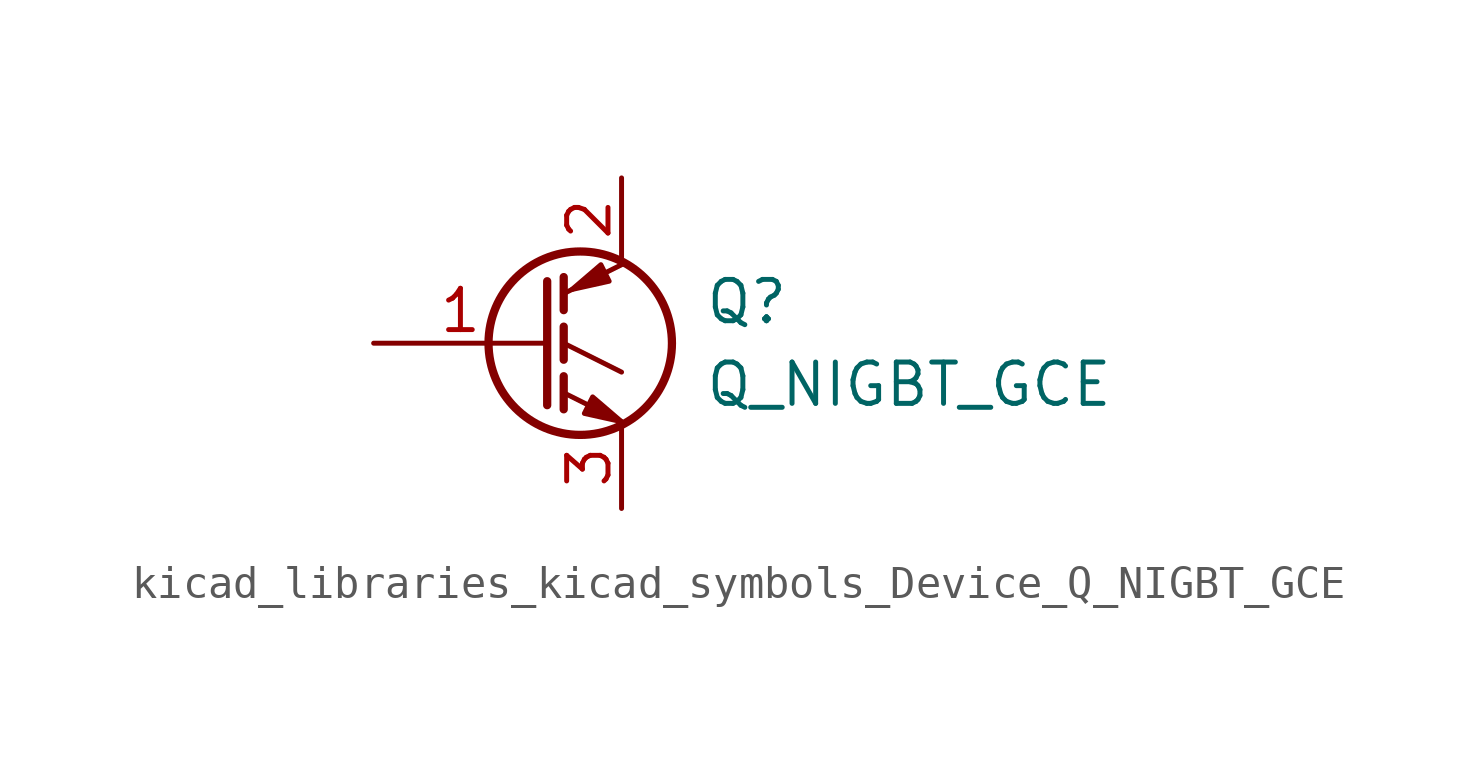
<source format=kicad_sym>
(kicad_symbol_lib
  (version 20220914)
  (generator kicad_symbol_editor)
  (symbol "kicad_libraries_kicad_symbols_Device_Q_NIGBT_GCE"
    (pin_names
      (offset 0) hide)
    (property "Reference" "Q"
      (at 5.08 1.27 0)
      (effects (font (size 1.27 1.27)) (justify left)))
    (property "Value" "Q_NIGBT_GCE"
      (at 5.08 -1.27 0)
      (effects (font (size 1.27 1.27)) (justify left)))
    (symbol "kicad_libraries_kicad_symbols_Device_Q_NIGBT_GCE_0_1"
      (polyline (pts (xy 0.762 -1.016) (xy 0.762 -2.032)) (stroke (width 0.254) (type default)) (fill (type none)))
      (polyline (pts (xy 0.762 0.508) (xy 0.762 -0.508)) (stroke (width 0.254) (type default)) (fill (type none)))
      (polyline (pts (xy 0.762 2.032) (xy 0.762 1.016)) (stroke (width 0.254) (type default)) (fill (type none)))
      (polyline (pts (xy 2.54 -2.413) (xy 0.762 -1.524)) (stroke (width 0) (type default)) (fill (type none)))
      (polyline (pts (xy 2.54 -0.889) (xy 0.762 0)) (stroke (width 0) (type default)) (fill (type none)))
      (polyline (pts (xy 2.54 2.413) (xy 0.762 1.524)) (stroke (width 0) (type default)) (fill (type none)))
      (polyline (pts (xy 0.254 1.905) (xy 0.254 -1.905) (xy 0.254 -1.905)) (stroke (width 0.254) (type default)) (fill (type none)))
      (polyline (pts (xy 1.397 -2.159) (xy 1.651 -1.651) (xy 2.54 -2.413) (xy 1.397 -2.159)) (stroke (width 0) (type default)) (fill (type outline)))
      (polyline (pts (xy 2.159 1.905) (xy 1.905 2.413) (xy 1.016 1.651) (xy 2.159 1.905)) (stroke (width 0) (type default)) (fill (type outline)))
      (circle (center 1.27 0) (radius 2.819) (stroke (width 0.254) (type default)) (fill (type none))))
    (symbol "kicad_libraries_kicad_symbols_Device_Q_NIGBT_GCE_1_1"
      (pin input line (at -5.08 0 0) (length 5.334) (name "G" (effects (font (size 1.27 1.27)))) (number "1" (effects (font (size 1.27 1.27)))))
      (pin passive line (at 2.54 5.08 270) (length 2.54) (name "C" (effects (font (size 1.27 1.27)))) (number "2" (effects (font (size 1.27 1.27)))))
      (pin passive line (at 2.54 -5.08 90) (length 2.54) (name "E" (effects (font (size 1.27 1.27)))) (number "3" (effects (font (size 1.27 1.27))))))))
</source>
